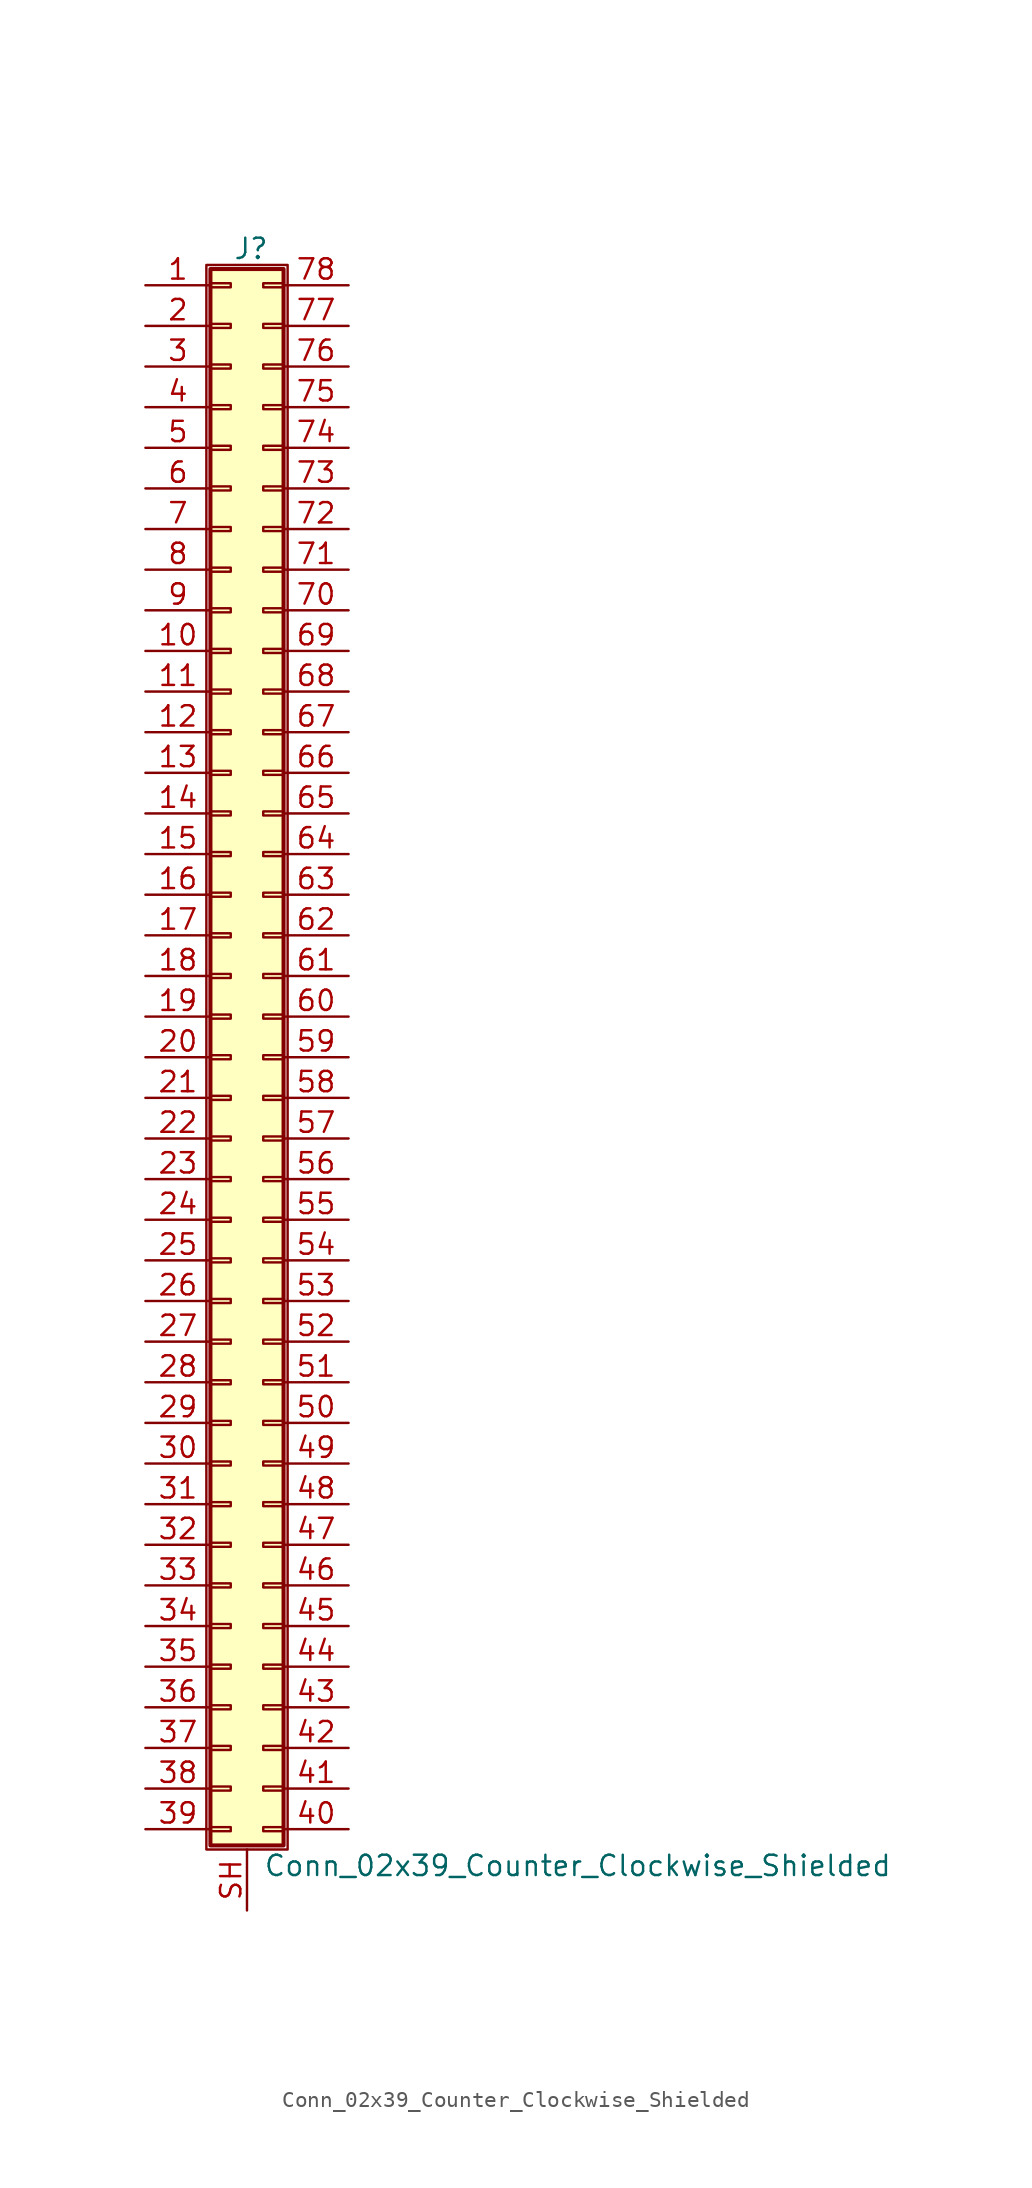
<source format=kicad_sym>
(kicad_symbol_lib
  (version 20201005)
  (generator kicad_symbol_editor)
  (symbol "Conn_02x39_Counter_Clockwise_Shielded"
    (pin_names
      (offset 1.016) hide)
    (property "Reference" "J"
      (at 1.524 50.546 0)
      (effects (font (size 1.27 1.27))))
    (property "Value" "Conn_02x39_Counter_Clockwise_Shielded"
      (at 2.286 -50.546 0)
      (effects (font (size 1.27 1.27)) (justify left)))
    (symbol "Conn_02x39_Counter_Clockwise_Shielded_1_1"
      (rectangle (start -1.27 49.53) (end 3.81 -49.53) (stroke (width 0.152)) (fill (type none)))
      (rectangle (start -1.016 -48.133) (end 0.254 -48.387) (stroke (width 0.152)) (fill (type none)))
      (rectangle (start -1.016 -45.593) (end 0.254 -45.847) (stroke (width 0.152)) (fill (type none)))
      (rectangle (start -1.016 -43.053) (end 0.254 -43.307) (stroke (width 0.152)) (fill (type none)))
      (rectangle (start -1.016 -40.513) (end 0.254 -40.767) (stroke (width 0.152)) (fill (type none)))
      (rectangle (start -1.016 -37.973) (end 0.254 -38.227) (stroke (width 0.152)) (fill (type none)))
      (rectangle (start -1.016 -35.433) (end 0.254 -35.687) (stroke (width 0.152)) (fill (type none)))
      (rectangle (start -1.016 -32.893) (end 0.254 -33.147) (stroke (width 0.152)) (fill (type none)))
      (rectangle (start -1.016 -30.353) (end 0.254 -30.607) (stroke (width 0.152)) (fill (type none)))
      (rectangle (start -1.016 -27.813) (end 0.254 -28.067) (stroke (width 0.152)) (fill (type none)))
      (rectangle (start -1.016 -25.273) (end 0.254 -25.527) (stroke (width 0.152)) (fill (type none)))
      (rectangle (start -1.016 -22.733) (end 0.254 -22.987) (stroke (width 0.152)) (fill (type none)))
      (rectangle (start -1.016 -20.193) (end 0.254 -20.447) (stroke (width 0.152)) (fill (type none)))
      (rectangle (start -1.016 -17.653) (end 0.254 -17.907) (stroke (width 0.152)) (fill (type none)))
      (rectangle (start -1.016 -15.113) (end 0.254 -15.367) (stroke (width 0.152)) (fill (type none)))
      (rectangle (start -1.016 -12.573) (end 0.254 -12.827) (stroke (width 0.152)) (fill (type none)))
      (rectangle (start -1.016 -10.033) (end 0.254 -10.287) (stroke (width 0.152)) (fill (type none)))
      (rectangle (start -1.016 -7.493) (end 0.254 -7.747) (stroke (width 0.152)) (fill (type none)))
      (rectangle (start -1.016 -4.953) (end 0.254 -5.207) (stroke (width 0.152)) (fill (type none)))
      (rectangle (start -1.016 -2.413) (end 0.254 -2.667) (stroke (width 0.152)) (fill (type none)))
      (rectangle (start -1.016 0.127) (end 0.254 -0.127) (stroke (width 0.152)) (fill (type none)))
      (rectangle (start -1.016 2.667) (end 0.254 2.413) (stroke (width 0.152)) (fill (type none)))
      (rectangle (start -1.016 5.207) (end 0.254 4.953) (stroke (width 0.152)) (fill (type none)))
      (rectangle (start -1.016 7.747) (end 0.254 7.493) (stroke (width 0.152)) (fill (type none)))
      (rectangle (start -1.016 10.287) (end 0.254 10.033) (stroke (width 0.152)) (fill (type none)))
      (rectangle (start -1.016 12.827) (end 0.254 12.573) (stroke (width 0.152)) (fill (type none)))
      (rectangle (start -1.016 15.367) (end 0.254 15.113) (stroke (width 0.152)) (fill (type none)))
      (rectangle (start -1.016 17.907) (end 0.254 17.653) (stroke (width 0.152)) (fill (type none)))
      (rectangle (start -1.016 20.447) (end 0.254 20.193) (stroke (width 0.152)) (fill (type none)))
      (rectangle (start -1.016 22.987) (end 0.254 22.733) (stroke (width 0.152)) (fill (type none)))
      (rectangle (start -1.016 25.527) (end 0.254 25.273) (stroke (width 0.152)) (fill (type none)))
      (rectangle (start -1.016 28.067) (end 0.254 27.813) (stroke (width 0.152)) (fill (type none)))
      (rectangle (start -1.016 30.607) (end 0.254 30.353) (stroke (width 0.152)) (fill (type none)))
      (rectangle (start -1.016 33.147) (end 0.254 32.893) (stroke (width 0.152)) (fill (type none)))
      (rectangle (start -1.016 35.687) (end 0.254 35.433) (stroke (width 0.152)) (fill (type none)))
      (rectangle (start -1.016 38.227) (end 0.254 37.973) (stroke (width 0.152)) (fill (type none)))
      (rectangle (start -1.016 40.767) (end 0.254 40.513) (stroke (width 0.152)) (fill (type none)))
      (rectangle (start -1.016 43.307) (end 0.254 43.053) (stroke (width 0.152)) (fill (type none)))
      (rectangle (start -1.016 45.847) (end 0.254 45.593) (stroke (width 0.152)) (fill (type none)))
      (rectangle (start -1.016 48.387) (end 0.254 48.133) (stroke (width 0.152)) (fill (type none)))
      (rectangle (start -1.016 49.276) (end 3.556 -49.276) (stroke (width 0.254)) (fill (type background)))
      (rectangle (start 3.556 -48.133) (end 2.286 -48.387) (stroke (width 0.152)) (fill (type none)))
      (rectangle (start 3.556 -45.593) (end 2.286 -45.847) (stroke (width 0.152)) (fill (type none)))
      (rectangle (start 3.556 -43.053) (end 2.286 -43.307) (stroke (width 0.152)) (fill (type none)))
      (rectangle (start 3.556 -40.513) (end 2.286 -40.767) (stroke (width 0.152)) (fill (type none)))
      (rectangle (start 3.556 -37.973) (end 2.286 -38.227) (stroke (width 0.152)) (fill (type none)))
      (rectangle (start 3.556 -35.433) (end 2.286 -35.687) (stroke (width 0.152)) (fill (type none)))
      (rectangle (start 3.556 -32.893) (end 2.286 -33.147) (stroke (width 0.152)) (fill (type none)))
      (rectangle (start 3.556 -30.353) (end 2.286 -30.607) (stroke (width 0.152)) (fill (type none)))
      (rectangle (start 3.556 -27.813) (end 2.286 -28.067) (stroke (width 0.152)) (fill (type none)))
      (rectangle (start 3.556 -25.273) (end 2.286 -25.527) (stroke (width 0.152)) (fill (type none)))
      (rectangle (start 3.556 -22.733) (end 2.286 -22.987) (stroke (width 0.152)) (fill (type none)))
      (rectangle (start 3.556 -20.193) (end 2.286 -20.447) (stroke (width 0.152)) (fill (type none)))
      (rectangle (start 3.556 -17.653) (end 2.286 -17.907) (stroke (width 0.152)) (fill (type none)))
      (rectangle (start 3.556 -15.113) (end 2.286 -15.367) (stroke (width 0.152)) (fill (type none)))
      (rectangle (start 3.556 -12.573) (end 2.286 -12.827) (stroke (width 0.152)) (fill (type none)))
      (rectangle (start 3.556 -10.033) (end 2.286 -10.287) (stroke (width 0.152)) (fill (type none)))
      (rectangle (start 3.556 -7.493) (end 2.286 -7.747) (stroke (width 0.152)) (fill (type none)))
      (rectangle (start 3.556 -4.953) (end 2.286 -5.207) (stroke (width 0.152)) (fill (type none)))
      (rectangle (start 3.556 -2.413) (end 2.286 -2.667) (stroke (width 0.152)) (fill (type none)))
      (rectangle (start 3.556 0.127) (end 2.286 -0.127) (stroke (width 0.152)) (fill (type none)))
      (rectangle (start 3.556 2.667) (end 2.286 2.413) (stroke (width 0.152)) (fill (type none)))
      (rectangle (start 3.556 5.207) (end 2.286 4.953) (stroke (width 0.152)) (fill (type none)))
      (rectangle (start 3.556 7.747) (end 2.286 7.493) (stroke (width 0.152)) (fill (type none)))
      (rectangle (start 3.556 10.287) (end 2.286 10.033) (stroke (width 0.152)) (fill (type none)))
      (rectangle (start 3.556 12.827) (end 2.286 12.573) (stroke (width 0.152)) (fill (type none)))
      (rectangle (start 3.556 15.367) (end 2.286 15.113) (stroke (width 0.152)) (fill (type none)))
      (rectangle (start 3.556 17.907) (end 2.286 17.653) (stroke (width 0.152)) (fill (type none)))
      (rectangle (start 3.556 20.447) (end 2.286 20.193) (stroke (width 0.152)) (fill (type none)))
      (rectangle (start 3.556 22.987) (end 2.286 22.733) (stroke (width 0.152)) (fill (type none)))
      (rectangle (start 3.556 25.527) (end 2.286 25.273) (stroke (width 0.152)) (fill (type none)))
      (rectangle (start 3.556 28.067) (end 2.286 27.813) (stroke (width 0.152)) (fill (type none)))
      (rectangle (start 3.556 30.607) (end 2.286 30.353) (stroke (width 0.152)) (fill (type none)))
      (rectangle (start 3.556 33.147) (end 2.286 32.893) (stroke (width 0.152)) (fill (type none)))
      (rectangle (start 3.556 35.687) (end 2.286 35.433) (stroke (width 0.152)) (fill (type none)))
      (rectangle (start 3.556 38.227) (end 2.286 37.973) (stroke (width 0.152)) (fill (type none)))
      (rectangle (start 3.556 40.767) (end 2.286 40.513) (stroke (width 0.152)) (fill (type none)))
      (rectangle (start 3.556 43.307) (end 2.286 43.053) (stroke (width 0.152)) (fill (type none)))
      (rectangle (start 3.556 45.847) (end 2.286 45.593) (stroke (width 0.152)) (fill (type none)))
      (rectangle (start 3.556 48.387) (end 2.286 48.133) (stroke (width 0.152)) (fill (type none)))
      (pin passive line (at -5.08 48.26 0) (length 4.064) (name "Pin_1" (effects (font (size 1.27 1.27)))) (number "1" (effects (font (size 1.27 1.27)))))
      (pin passive line (at -5.08 25.4 0) (length 4.064) (name "Pin_10" (effects (font (size 1.27 1.27)))) (number "10" (effects (font (size 1.27 1.27)))))
      (pin passive line (at -5.08 22.86 0) (length 4.064) (name "Pin_11" (effects (font (size 1.27 1.27)))) (number "11" (effects (font (size 1.27 1.27)))))
      (pin passive line (at -5.08 20.32 0) (length 4.064) (name "Pin_12" (effects (font (size 1.27 1.27)))) (number "12" (effects (font (size 1.27 1.27)))))
      (pin passive line (at -5.08 17.78 0) (length 4.064) (name "Pin_13" (effects (font (size 1.27 1.27)))) (number "13" (effects (font (size 1.27 1.27)))))
      (pin passive line (at -5.08 15.24 0) (length 4.064) (name "Pin_14" (effects (font (size 1.27 1.27)))) (number "14" (effects (font (size 1.27 1.27)))))
      (pin passive line (at -5.08 12.7 0) (length 4.064) (name "Pin_15" (effects (font (size 1.27 1.27)))) (number "15" (effects (font (size 1.27 1.27)))))
      (pin passive line (at -5.08 10.16 0) (length 4.064) (name "Pin_16" (effects (font (size 1.27 1.27)))) (number "16" (effects (font (size 1.27 1.27)))))
      (pin passive line (at -5.08 7.62 0) (length 4.064) (name "Pin_17" (effects (font (size 1.27 1.27)))) (number "17" (effects (font (size 1.27 1.27)))))
      (pin passive line (at -5.08 5.08 0) (length 4.064) (name "Pin_18" (effects (font (size 1.27 1.27)))) (number "18" (effects (font (size 1.27 1.27)))))
      (pin passive line (at -5.08 2.54 0) (length 4.064) (name "Pin_19" (effects (font (size 1.27 1.27)))) (number "19" (effects (font (size 1.27 1.27)))))
      (pin passive line (at -5.08 45.72 0) (length 4.064) (name "Pin_2" (effects (font (size 1.27 1.27)))) (number "2" (effects (font (size 1.27 1.27)))))
      (pin passive line (at -5.08 0 0) (length 4.064) (name "Pin_20" (effects (font (size 1.27 1.27)))) (number "20" (effects (font (size 1.27 1.27)))))
      (pin passive line (at -5.08 -2.54 0) (length 4.064) (name "Pin_21" (effects (font (size 1.27 1.27)))) (number "21" (effects (font (size 1.27 1.27)))))
      (pin passive line (at -5.08 -5.08 0) (length 4.064) (name "Pin_22" (effects (font (size 1.27 1.27)))) (number "22" (effects (font (size 1.27 1.27)))))
      (pin passive line (at -5.08 -7.62 0) (length 4.064) (name "Pin_23" (effects (font (size 1.27 1.27)))) (number "23" (effects (font (size 1.27 1.27)))))
      (pin passive line (at -5.08 -10.16 0) (length 4.064) (name "Pin_24" (effects (font (size 1.27 1.27)))) (number "24" (effects (font (size 1.27 1.27)))))
      (pin passive line (at -5.08 -12.7 0) (length 4.064) (name "Pin_25" (effects (font (size 1.27 1.27)))) (number "25" (effects (font (size 1.27 1.27)))))
      (pin passive line (at -5.08 -15.24 0) (length 4.064) (name "Pin_26" (effects (font (size 1.27 1.27)))) (number "26" (effects (font (size 1.27 1.27)))))
      (pin passive line (at -5.08 -17.78 0) (length 4.064) (name "Pin_27" (effects (font (size 1.27 1.27)))) (number "27" (effects (font (size 1.27 1.27)))))
      (pin passive line (at -5.08 -20.32 0) (length 4.064) (name "Pin_28" (effects (font (size 1.27 1.27)))) (number "28" (effects (font (size 1.27 1.27)))))
      (pin passive line (at -5.08 -22.86 0) (length 4.064) (name "Pin_29" (effects (font (size 1.27 1.27)))) (number "29" (effects (font (size 1.27 1.27)))))
      (pin passive line (at -5.08 43.18 0) (length 4.064) (name "Pin_3" (effects (font (size 1.27 1.27)))) (number "3" (effects (font (size 1.27 1.27)))))
      (pin passive line (at -5.08 -25.4 0) (length 4.064) (name "Pin_30" (effects (font (size 1.27 1.27)))) (number "30" (effects (font (size 1.27 1.27)))))
      (pin passive line (at -5.08 -27.94 0) (length 4.064) (name "Pin_31" (effects (font (size 1.27 1.27)))) (number "31" (effects (font (size 1.27 1.27)))))
      (pin passive line (at -5.08 -30.48 0) (length 4.064) (name "Pin_32" (effects (font (size 1.27 1.27)))) (number "32" (effects (font (size 1.27 1.27)))))
      (pin passive line (at -5.08 -33.02 0) (length 4.064) (name "Pin_33" (effects (font (size 1.27 1.27)))) (number "33" (effects (font (size 1.27 1.27)))))
      (pin passive line (at -5.08 -35.56 0) (length 4.064) (name "Pin_34" (effects (font (size 1.27 1.27)))) (number "34" (effects (font (size 1.27 1.27)))))
      (pin passive line (at -5.08 -38.1 0) (length 4.064) (name "Pin_35" (effects (font (size 1.27 1.27)))) (number "35" (effects (font (size 1.27 1.27)))))
      (pin passive line (at -5.08 -40.64 0) (length 4.064) (name "Pin_36" (effects (font (size 1.27 1.27)))) (number "36" (effects (font (size 1.27 1.27)))))
      (pin passive line (at -5.08 -43.18 0) (length 4.064) (name "Pin_37" (effects (font (size 1.27 1.27)))) (number "37" (effects (font (size 1.27 1.27)))))
      (pin passive line (at -5.08 -45.72 0) (length 4.064) (name "Pin_38" (effects (font (size 1.27 1.27)))) (number "38" (effects (font (size 1.27 1.27)))))
      (pin passive line (at -5.08 -48.26 0) (length 4.064) (name "Pin_39" (effects (font (size 1.27 1.27)))) (number "39" (effects (font (size 1.27 1.27)))))
      (pin passive line (at -5.08 40.64 0) (length 4.064) (name "Pin_4" (effects (font (size 1.27 1.27)))) (number "4" (effects (font (size 1.27 1.27)))))
      (pin passive line (at 7.62 -48.26 180) (length 4.064) (name "Pin_40" (effects (font (size 1.27 1.27)))) (number "40" (effects (font (size 1.27 1.27)))))
      (pin passive line (at 7.62 -45.72 180) (length 4.064) (name "Pin_41" (effects (font (size 1.27 1.27)))) (number "41" (effects (font (size 1.27 1.27)))))
      (pin passive line (at 7.62 -43.18 180) (length 4.064) (name "Pin_42" (effects (font (size 1.27 1.27)))) (number "42" (effects (font (size 1.27 1.27)))))
      (pin passive line (at 7.62 -40.64 180) (length 4.064) (name "Pin_43" (effects (font (size 1.27 1.27)))) (number "43" (effects (font (size 1.27 1.27)))))
      (pin passive line (at 7.62 -38.1 180) (length 4.064) (name "Pin_44" (effects (font (size 1.27 1.27)))) (number "44" (effects (font (size 1.27 1.27)))))
      (pin passive line (at 7.62 -35.56 180) (length 4.064) (name "Pin_45" (effects (font (size 1.27 1.27)))) (number "45" (effects (font (size 1.27 1.27)))))
      (pin passive line (at 7.62 -33.02 180) (length 4.064) (name "Pin_46" (effects (font (size 1.27 1.27)))) (number "46" (effects (font (size 1.27 1.27)))))
      (pin passive line (at 7.62 -30.48 180) (length 4.064) (name "Pin_47" (effects (font (size 1.27 1.27)))) (number "47" (effects (font (size 1.27 1.27)))))
      (pin passive line (at 7.62 -27.94 180) (length 4.064) (name "Pin_48" (effects (font (size 1.27 1.27)))) (number "48" (effects (font (size 1.27 1.27)))))
      (pin passive line (at 7.62 -25.4 180) (length 4.064) (name "Pin_49" (effects (font (size 1.27 1.27)))) (number "49" (effects (font (size 1.27 1.27)))))
      (pin passive line (at -5.08 38.1 0) (length 4.064) (name "Pin_5" (effects (font (size 1.27 1.27)))) (number "5" (effects (font (size 1.27 1.27)))))
      (pin passive line (at 7.62 -22.86 180) (length 4.064) (name "Pin_50" (effects (font (size 1.27 1.27)))) (number "50" (effects (font (size 1.27 1.27)))))
      (pin passive line (at 7.62 -20.32 180) (length 4.064) (name "Pin_51" (effects (font (size 1.27 1.27)))) (number "51" (effects (font (size 1.27 1.27)))))
      (pin passive line (at 7.62 -17.78 180) (length 4.064) (name "Pin_52" (effects (font (size 1.27 1.27)))) (number "52" (effects (font (size 1.27 1.27)))))
      (pin passive line (at 7.62 -15.24 180) (length 4.064) (name "Pin_53" (effects (font (size 1.27 1.27)))) (number "53" (effects (font (size 1.27 1.27)))))
      (pin passive line (at 7.62 -12.7 180) (length 4.064) (name "Pin_54" (effects (font (size 1.27 1.27)))) (number "54" (effects (font (size 1.27 1.27)))))
      (pin passive line (at 7.62 -10.16 180) (length 4.064) (name "Pin_55" (effects (font (size 1.27 1.27)))) (number "55" (effects (font (size 1.27 1.27)))))
      (pin passive line (at 7.62 -7.62 180) (length 4.064) (name "Pin_56" (effects (font (size 1.27 1.27)))) (number "56" (effects (font (size 1.27 1.27)))))
      (pin passive line (at 7.62 -5.08 180) (length 4.064) (name "Pin_57" (effects (font (size 1.27 1.27)))) (number "57" (effects (font (size 1.27 1.27)))))
      (pin passive line (at 7.62 -2.54 180) (length 4.064) (name "Pin_58" (effects (font (size 1.27 1.27)))) (number "58" (effects (font (size 1.27 1.27)))))
      (pin passive line (at 7.62 0 180) (length 4.064) (name "Pin_59" (effects (font (size 1.27 1.27)))) (number "59" (effects (font (size 1.27 1.27)))))
      (pin passive line (at -5.08 35.56 0) (length 4.064) (name "Pin_6" (effects (font (size 1.27 1.27)))) (number "6" (effects (font (size 1.27 1.27)))))
      (pin passive line (at 7.62 2.54 180) (length 4.064) (name "Pin_60" (effects (font (size 1.27 1.27)))) (number "60" (effects (font (size 1.27 1.27)))))
      (pin passive line (at 7.62 5.08 180) (length 4.064) (name "Pin_61" (effects (font (size 1.27 1.27)))) (number "61" (effects (font (size 1.27 1.27)))))
      (pin passive line (at 7.62 7.62 180) (length 4.064) (name "Pin_62" (effects (font (size 1.27 1.27)))) (number "62" (effects (font (size 1.27 1.27)))))
      (pin passive line (at 7.62 10.16 180) (length 4.064) (name "Pin_63" (effects (font (size 1.27 1.27)))) (number "63" (effects (font (size 1.27 1.27)))))
      (pin passive line (at 7.62 12.7 180) (length 4.064) (name "Pin_64" (effects (font (size 1.27 1.27)))) (number "64" (effects (font (size 1.27 1.27)))))
      (pin passive line (at 7.62 15.24 180) (length 4.064) (name "Pin_65" (effects (font (size 1.27 1.27)))) (number "65" (effects (font (size 1.27 1.27)))))
      (pin passive line (at 7.62 17.78 180) (length 4.064) (name "Pin_66" (effects (font (size 1.27 1.27)))) (number "66" (effects (font (size 1.27 1.27)))))
      (pin passive line (at 7.62 20.32 180) (length 4.064) (name "Pin_67" (effects (font (size 1.27 1.27)))) (number "67" (effects (font (size 1.27 1.27)))))
      (pin passive line (at 7.62 22.86 180) (length 4.064) (name "Pin_68" (effects (font (size 1.27 1.27)))) (number "68" (effects (font (size 1.27 1.27)))))
      (pin passive line (at 7.62 25.4 180) (length 4.064) (name "Pin_69" (effects (font (size 1.27 1.27)))) (number "69" (effects (font (size 1.27 1.27)))))
      (pin passive line (at -5.08 33.02 0) (length 4.064) (name "Pin_7" (effects (font (size 1.27 1.27)))) (number "7" (effects (font (size 1.27 1.27)))))
      (pin passive line (at 7.62 27.94 180) (length 4.064) (name "Pin_70" (effects (font (size 1.27 1.27)))) (number "70" (effects (font (size 1.27 1.27)))))
      (pin passive line (at 7.62 30.48 180) (length 4.064) (name "Pin_71" (effects (font (size 1.27 1.27)))) (number "71" (effects (font (size 1.27 1.27)))))
      (pin passive line (at 7.62 33.02 180) (length 4.064) (name "Pin_72" (effects (font (size 1.27 1.27)))) (number "72" (effects (font (size 1.27 1.27)))))
      (pin passive line (at 7.62 35.56 180) (length 4.064) (name "Pin_73" (effects (font (size 1.27 1.27)))) (number "73" (effects (font (size 1.27 1.27)))))
      (pin passive line (at 7.62 38.1 180) (length 4.064) (name "Pin_74" (effects (font (size 1.27 1.27)))) (number "74" (effects (font (size 1.27 1.27)))))
      (pin passive line (at 7.62 40.64 180) (length 4.064) (name "Pin_75" (effects (font (size 1.27 1.27)))) (number "75" (effects (font (size 1.27 1.27)))))
      (pin passive line (at 7.62 43.18 180) (length 4.064) (name "Pin_76" (effects (font (size 1.27 1.27)))) (number "76" (effects (font (size 1.27 1.27)))))
      (pin passive line (at 7.62 45.72 180) (length 4.064) (name "Pin_77" (effects (font (size 1.27 1.27)))) (number "77" (effects (font (size 1.27 1.27)))))
      (pin passive line (at 7.62 48.26 180) (length 4.064) (name "Pin_78" (effects (font (size 1.27 1.27)))) (number "78" (effects (font (size 1.27 1.27)))))
      (pin passive line (at -5.08 30.48 0) (length 4.064) (name "Pin_8" (effects (font (size 1.27 1.27)))) (number "8" (effects (font (size 1.27 1.27)))))
      (pin passive line (at -5.08 27.94 0) (length 4.064) (name "Pin_9" (effects (font (size 1.27 1.27)))) (number "9" (effects (font (size 1.27 1.27)))))
      (pin passive line (at 1.27 -53.34 90) (length 3.81) (name "Shield" (effects (font (size 1.27 1.27)))) (number "SH" (effects (font (size 1.27 1.27))))))))
</source>
